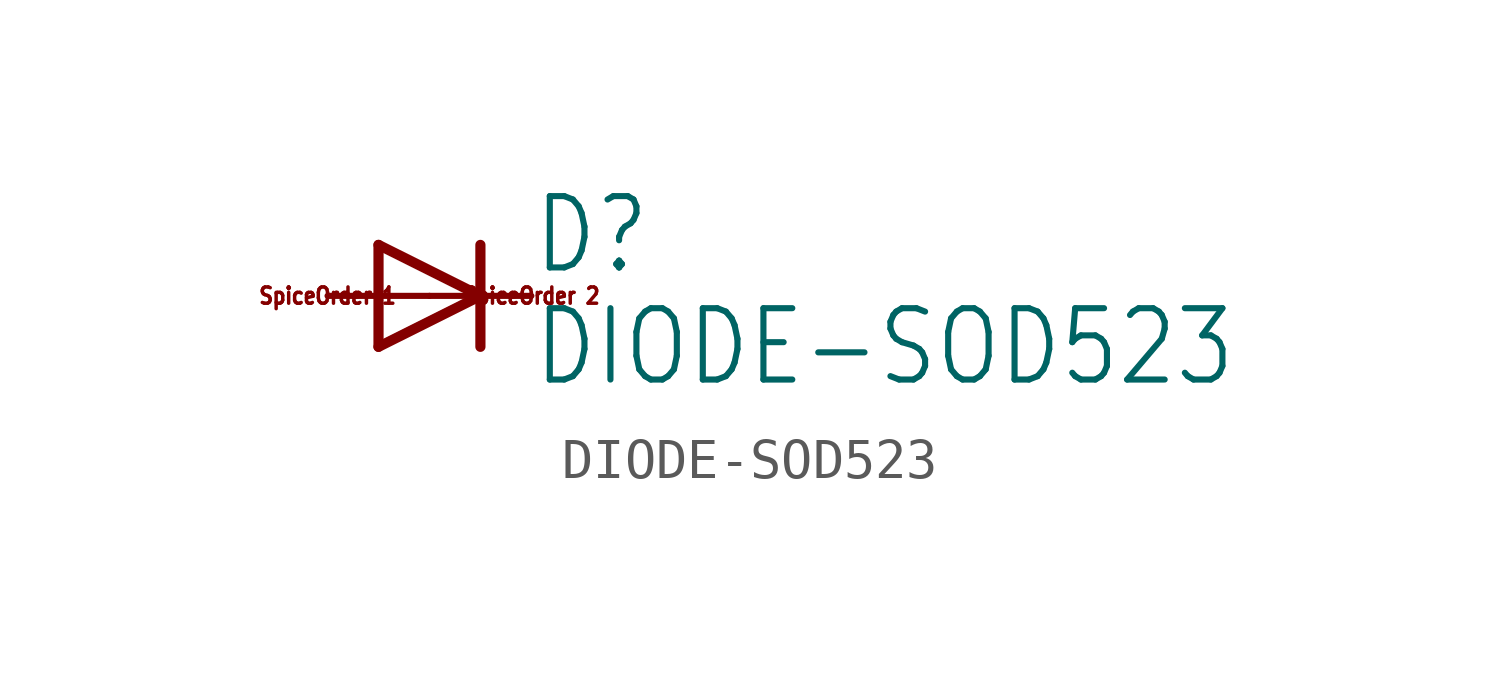
<source format=kicad_sym>
(kicad_symbol_lib
  (version 20211014)
  (generator kicad_symbol_editor)
  (symbol "DIODE-SOD523"
    (property "Reference" "D"
      (at 2.54 0.483 0)
      (effects (font (size 1.778 1.511)) (justify left bottom)))
    (property "Value" "DIODE-SOD523"
      (at 2.54 -2.311 0)
      (effects (font (size 1.778 1.511)) (justify left bottom)))
    (property "ki_locked" ""
      (at 0 0 0)
      (effects (font (size 1.27 1.27))))
    (symbol "DIODE-SOD523_1_0"
      (polyline (pts (xy -1.27 -1.27) (xy 1.27 0)) (stroke (width 0.254) (type default) (color 0 0 0 0)) (fill (type none)))
      (polyline (pts (xy -1.27 1.27) (xy -1.27 -1.27)) (stroke (width 0.254) (type default) (color 0 0 0 0)) (fill (type none)))
      (polyline (pts (xy 1.27 0) (xy -1.27 1.27)) (stroke (width 0.254) (type default) (color 0 0 0 0)) (fill (type none)))
      (polyline (pts (xy 1.27 0) (xy 1.27 -1.27)) (stroke (width 0.254) (type default) (color 0 0 0 0)) (fill (type none)))
      (polyline (pts (xy 1.27 1.27) (xy 1.27 0)) (stroke (width 0.254) (type default) (color 0 0 0 0)) (fill (type none)))
      (text "SpiceOrder 1" (at -2.54 0 0) (effects (font (size 0.406 0.345))))
      (text "SpiceOrder 2" (at 2.54 0 0) (effects (font (size 0.406 0.345))))
      (pin passive line (at -2.54 0 0) (length 2.54) (name "A" (effects (font (size 0 0)))) (number "A" (effects (font (size 0 0)))))
      (pin passive line (at 2.54 0 180) (length 2.54) (name "C" (effects (font (size 0 0)))) (number "C" (effects (font (size 0 0))))))))
</source>
